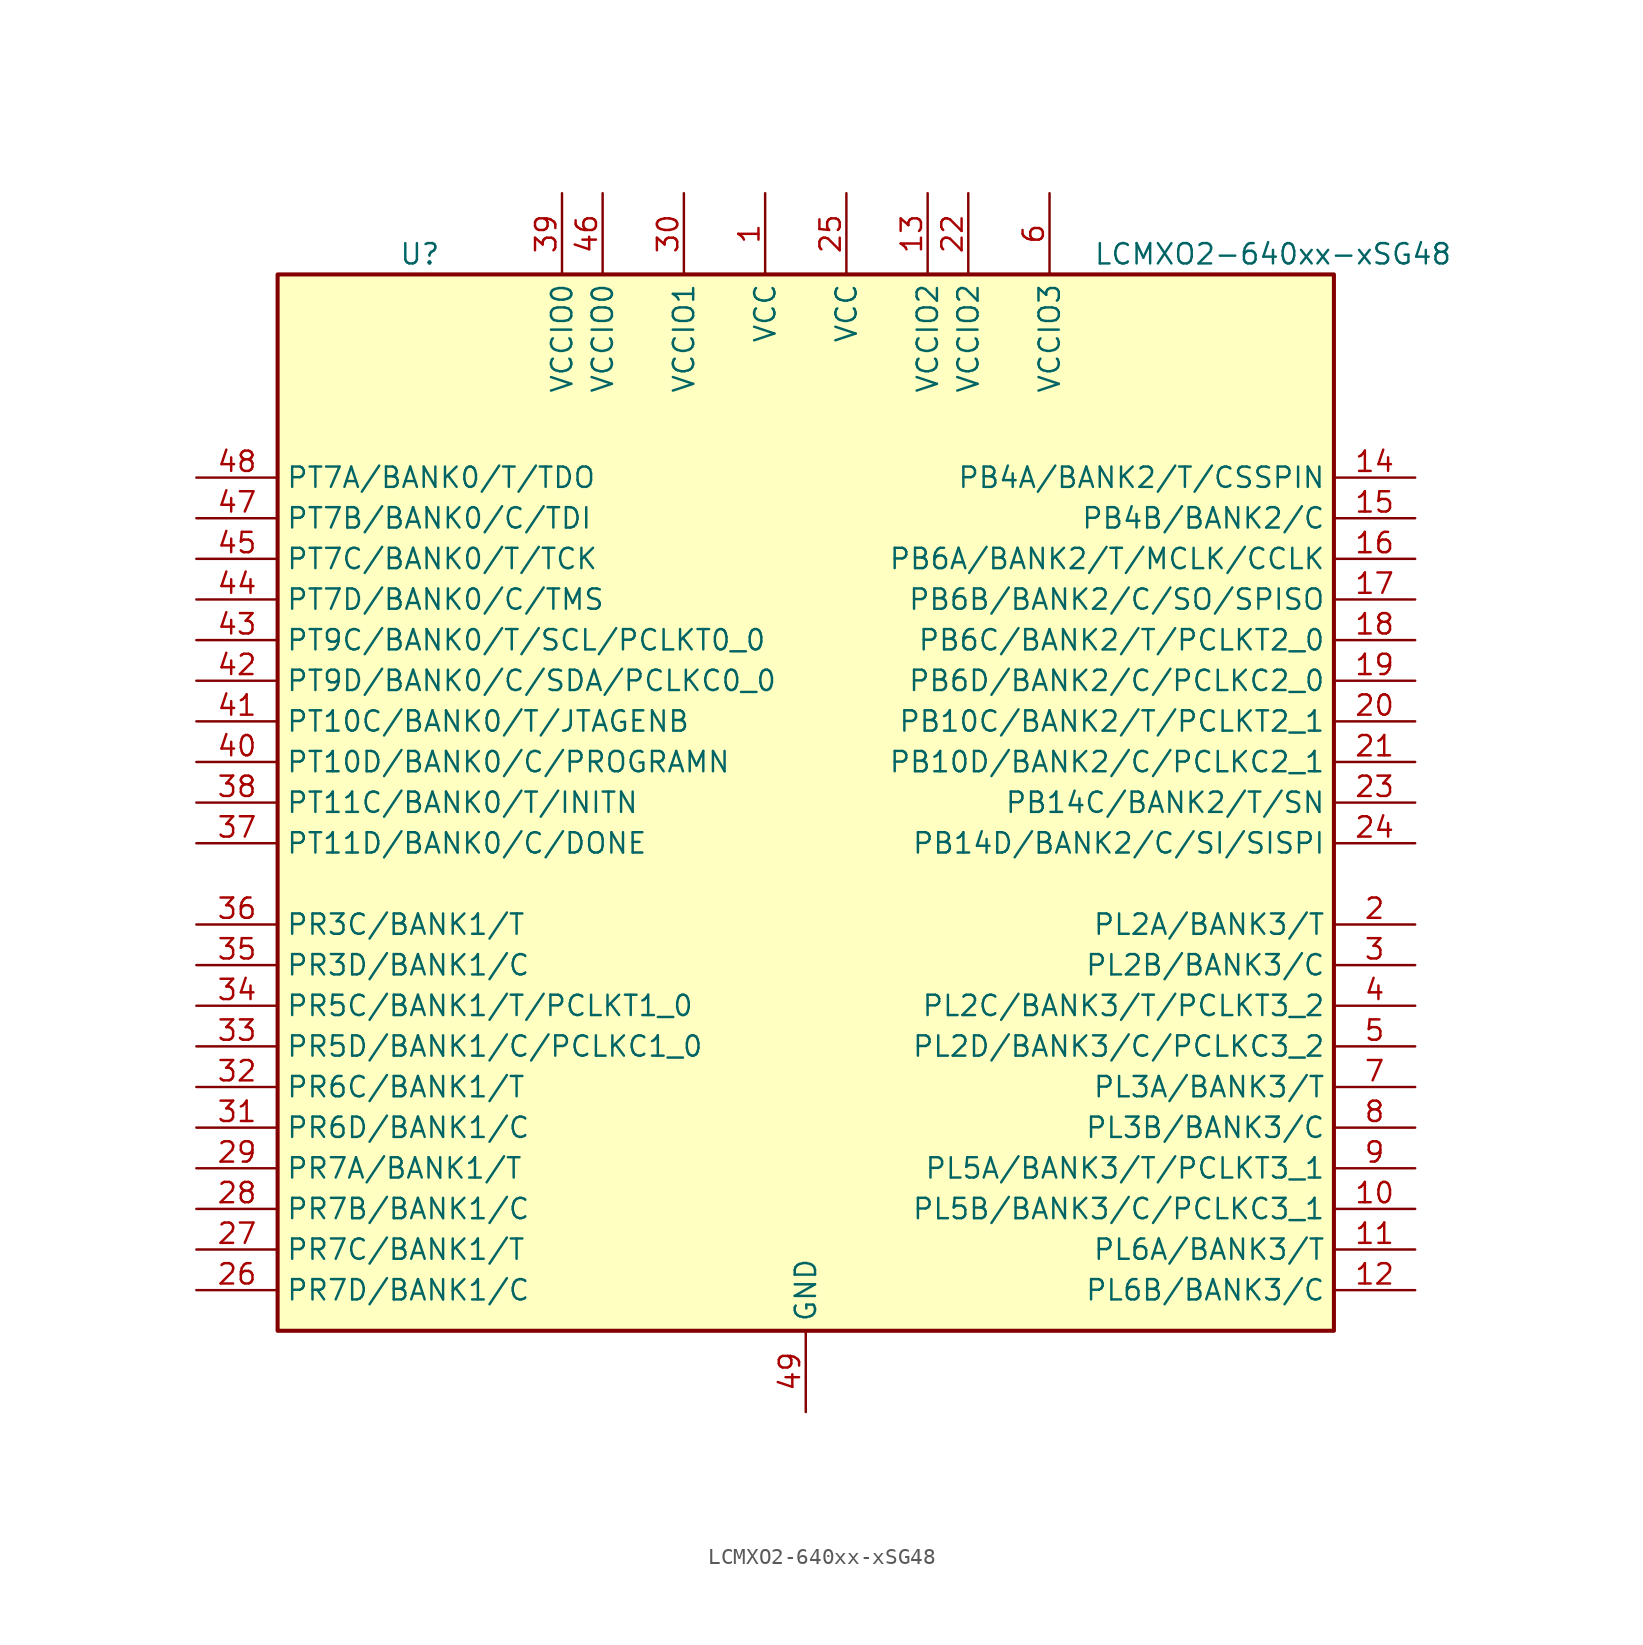
<source format=kicad_sym>
(kicad_symbol_lib
  (version 20241209)
  (generator "kicad_symbol_editor")
  (generator_version "9.0")
  (symbol "LCMXO2-640xx-xSG48"
    (property "Reference" "U"
      (at -24.13 34.29 0)
      (effects (font (size 1.27 1.27))))
    (property "Value" "LCMXO2-640xx-xSG48"
      (at 29.21 34.29 0)
      (effects (font (size 1.27 1.27))))
    (symbol "LCMXO2-640xx-xSG48_0_1"
      (rectangle (start -33.02 33.02) (end 33.02 -33.02) (stroke (width 0.254) (type default)) (fill (type background))))
    (symbol "LCMXO2-640xx-xSG48_1_1"
      (pin bidirectional line (at -38.1 20.32 0) (length 5.08) (name "PT7A/BANK0/T/TDO" (effects (font (size 1.27 1.27)))) (number "48" (effects (font (size 1.27 1.27)))))
      (pin bidirectional line (at -38.1 17.78 0) (length 5.08) (name "PT7B/BANK0/C/TDI" (effects (font (size 1.27 1.27)))) (number "47" (effects (font (size 1.27 1.27)))))
      (pin bidirectional line (at -38.1 15.24 0) (length 5.08) (name "PT7C/BANK0/T/TCK" (effects (font (size 1.27 1.27)))) (number "45" (effects (font (size 1.27 1.27)))))
      (pin bidirectional line (at -38.1 12.7 0) (length 5.08) (name "PT7D/BANK0/C/TMS" (effects (font (size 1.27 1.27)))) (number "44" (effects (font (size 1.27 1.27)))))
      (pin bidirectional line (at -38.1 10.16 0) (length 5.08) (name "PT9C/BANK0/T/SCL/PCLKT0_0" (effects (font (size 1.27 1.27)))) (number "43" (effects (font (size 1.27 1.27)))))
      (pin bidirectional line (at -38.1 7.62 0) (length 5.08) (name "PT9D/BANK0/C/SDA/PCLKC0_0" (effects (font (size 1.27 1.27)))) (number "42" (effects (font (size 1.27 1.27)))))
      (pin bidirectional line (at -38.1 5.08 0) (length 5.08) (name "PT10C/BANK0/T/JTAGENB" (effects (font (size 1.27 1.27)))) (number "41" (effects (font (size 1.27 1.27)))))
      (pin bidirectional line (at -38.1 2.54 0) (length 5.08) (name "PT10D/BANK0/C/PROGRAMN" (effects (font (size 1.27 1.27)))) (number "40" (effects (font (size 1.27 1.27)))))
      (pin bidirectional line (at -38.1 0 0) (length 5.08) (name "PT11C/BANK0/T/INITN" (effects (font (size 1.27 1.27)))) (number "38" (effects (font (size 1.27 1.27)))))
      (pin bidirectional line (at -38.1 -2.54 0) (length 5.08) (name "PT11D/BANK0/C/DONE" (effects (font (size 1.27 1.27)))) (number "37" (effects (font (size 1.27 1.27)))))
      (pin bidirectional line (at -38.1 -7.62 0) (length 5.08) (name "PR3C/BANK1/T" (effects (font (size 1.27 1.27)))) (number "36" (effects (font (size 1.27 1.27)))))
      (pin bidirectional line (at -38.1 -10.16 0) (length 5.08) (name "PR3D/BANK1/C" (effects (font (size 1.27 1.27)))) (number "35" (effects (font (size 1.27 1.27)))))
      (pin bidirectional line (at -38.1 -12.7 0) (length 5.08) (name "PR5C/BANK1/T/PCLKT1_0" (effects (font (size 1.27 1.27)))) (number "34" (effects (font (size 1.27 1.27)))))
      (pin bidirectional line (at -38.1 -15.24 0) (length 5.08) (name "PR5D/BANK1/C/PCLKC1_0" (effects (font (size 1.27 1.27)))) (number "33" (effects (font (size 1.27 1.27)))))
      (pin bidirectional line (at -38.1 -17.78 0) (length 5.08) (name "PR6C/BANK1/T" (effects (font (size 1.27 1.27)))) (number "32" (effects (font (size 1.27 1.27)))))
      (pin bidirectional line (at -38.1 -20.32 0) (length 5.08) (name "PR6D/BANK1/C" (effects (font (size 1.27 1.27)))) (number "31" (effects (font (size 1.27 1.27)))))
      (pin bidirectional line (at -38.1 -22.86 0) (length 5.08) (name "PR7A/BANK1/T" (effects (font (size 1.27 1.27)))) (number "29" (effects (font (size 1.27 1.27)))))
      (pin bidirectional line (at -38.1 -25.4 0) (length 5.08) (name "PR7B/BANK1/C" (effects (font (size 1.27 1.27)))) (number "28" (effects (font (size 1.27 1.27)))))
      (pin bidirectional line (at -38.1 -27.94 0) (length 5.08) (name "PR7C/BANK1/T" (effects (font (size 1.27 1.27)))) (number "27" (effects (font (size 1.27 1.27)))))
      (pin bidirectional line (at -38.1 -30.48 0) (length 5.08) (name "PR7D/BANK1/C" (effects (font (size 1.27 1.27)))) (number "26" (effects (font (size 1.27 1.27)))))
      (pin power_in line (at -15.24 38.1 270) (length 5.08) (name "VCCIO0" (effects (font (size 1.27 1.27)))) (number "39" (effects (font (size 1.27 1.27)))))
      (pin power_in line (at -12.7 38.1 270) (length 5.08) (name "VCCIO0" (effects (font (size 1.27 1.27)))) (number "46" (effects (font (size 1.27 1.27)))))
      (pin power_in line (at -7.62 38.1 270) (length 5.08) (name "VCCIO1" (effects (font (size 1.27 1.27)))) (number "30" (effects (font (size 1.27 1.27)))))
      (pin power_in line (at -2.54 38.1 270) (length 5.08) (name "VCC" (effects (font (size 1.27 1.27)))) (number "1" (effects (font (size 1.27 1.27)))))
      (pin power_in line (at 0 -38.1 90) (length 5.08) (name "GND" (effects (font (size 1.27 1.27)))) (number "49" (effects (font (size 1.27 1.27)))))
      (pin power_in line (at 2.54 38.1 270) (length 5.08) (name "VCC" (effects (font (size 1.27 1.27)))) (number "25" (effects (font (size 1.27 1.27)))))
      (pin power_in line (at 7.62 38.1 270) (length 5.08) (name "VCCIO2" (effects (font (size 1.27 1.27)))) (number "13" (effects (font (size 1.27 1.27)))))
      (pin power_in line (at 10.16 38.1 270) (length 5.08) (name "VCCIO2" (effects (font (size 1.27 1.27)))) (number "22" (effects (font (size 1.27 1.27)))))
      (pin power_in line (at 15.24 38.1 270) (length 5.08) (name "VCCIO3" (effects (font (size 1.27 1.27)))) (number "6" (effects (font (size 1.27 1.27)))))
      (pin bidirectional line (at 38.1 20.32 180) (length 5.08) (name "PB4A/BANK2/T/CSSPIN" (effects (font (size 1.27 1.27)))) (number "14" (effects (font (size 1.27 1.27)))))
      (pin bidirectional line (at 38.1 17.78 180) (length 5.08) (name "PB4B/BANK2/C" (effects (font (size 1.27 1.27)))) (number "15" (effects (font (size 1.27 1.27)))))
      (pin bidirectional line (at 38.1 15.24 180) (length 5.08) (name "PB6A/BANK2/T/MCLK/CCLK" (effects (font (size 1.27 1.27)))) (number "16" (effects (font (size 1.27 1.27)))))
      (pin bidirectional line (at 38.1 12.7 180) (length 5.08) (name "PB6B/BANK2/C/SO/SPISO" (effects (font (size 1.27 1.27)))) (number "17" (effects (font (size 1.27 1.27)))))
      (pin bidirectional line (at 38.1 10.16 180) (length 5.08) (name "PB6C/BANK2/T/PCLKT2_0" (effects (font (size 1.27 1.27)))) (number "18" (effects (font (size 1.27 1.27)))))
      (pin bidirectional line (at 38.1 7.62 180) (length 5.08) (name "PB6D/BANK2/C/PCLKC2_0" (effects (font (size 1.27 1.27)))) (number "19" (effects (font (size 1.27 1.27)))))
      (pin bidirectional line (at 38.1 5.08 180) (length 5.08) (name "PB10C/BANK2/T/PCLKT2_1" (effects (font (size 1.27 1.27)))) (number "20" (effects (font (size 1.27 1.27)))))
      (pin bidirectional line (at 38.1 2.54 180) (length 5.08) (name "PB10D/BANK2/C/PCLKC2_1" (effects (font (size 1.27 1.27)))) (number "21" (effects (font (size 1.27 1.27)))))
      (pin bidirectional line (at 38.1 0 180) (length 5.08) (name "PB14C/BANK2/T/SN" (effects (font (size 1.27 1.27)))) (number "23" (effects (font (size 1.27 1.27)))))
      (pin bidirectional line (at 38.1 -2.54 180) (length 5.08) (name "PB14D/BANK2/C/SI/SISPI" (effects (font (size 1.27 1.27)))) (number "24" (effects (font (size 1.27 1.27)))))
      (pin bidirectional line (at 38.1 -7.62 180) (length 5.08) (name "PL2A/BANK3/T" (effects (font (size 1.27 1.27)))) (number "2" (effects (font (size 1.27 1.27)))))
      (pin bidirectional line (at 38.1 -10.16 180) (length 5.08) (name "PL2B/BANK3/C" (effects (font (size 1.27 1.27)))) (number "3" (effects (font (size 1.27 1.27)))))
      (pin bidirectional line (at 38.1 -12.7 180) (length 5.08) (name "PL2C/BANK3/T/PCLKT3_2" (effects (font (size 1.27 1.27)))) (number "4" (effects (font (size 1.27 1.27)))))
      (pin bidirectional line (at 38.1 -15.24 180) (length 5.08) (name "PL2D/BANK3/C/PCLKC3_2" (effects (font (size 1.27 1.27)))) (number "5" (effects (font (size 1.27 1.27)))))
      (pin bidirectional line (at 38.1 -17.78 180) (length 5.08) (name "PL3A/BANK3/T" (effects (font (size 1.27 1.27)))) (number "7" (effects (font (size 1.27 1.27)))))
      (pin bidirectional line (at 38.1 -20.32 180) (length 5.08) (name "PL3B/BANK3/C" (effects (font (size 1.27 1.27)))) (number "8" (effects (font (size 1.27 1.27)))))
      (pin bidirectional line (at 38.1 -22.86 180) (length 5.08) (name "PL5A/BANK3/T/PCLKT3_1" (effects (font (size 1.27 1.27)))) (number "9" (effects (font (size 1.27 1.27)))))
      (pin bidirectional line (at 38.1 -25.4 180) (length 5.08) (name "PL5B/BANK3/C/PCLKC3_1" (effects (font (size 1.27 1.27)))) (number "10" (effects (font (size 1.27 1.27)))))
      (pin bidirectional line (at 38.1 -27.94 180) (length 5.08) (name "PL6A/BANK3/T" (effects (font (size 1.27 1.27)))) (number "11" (effects (font (size 1.27 1.27)))))
      (pin bidirectional line (at 38.1 -30.48 180) (length 5.08) (name "PL6B/BANK3/C" (effects (font (size 1.27 1.27)))) (number "12" (effects (font (size 1.27 1.27))))))))
</source>
